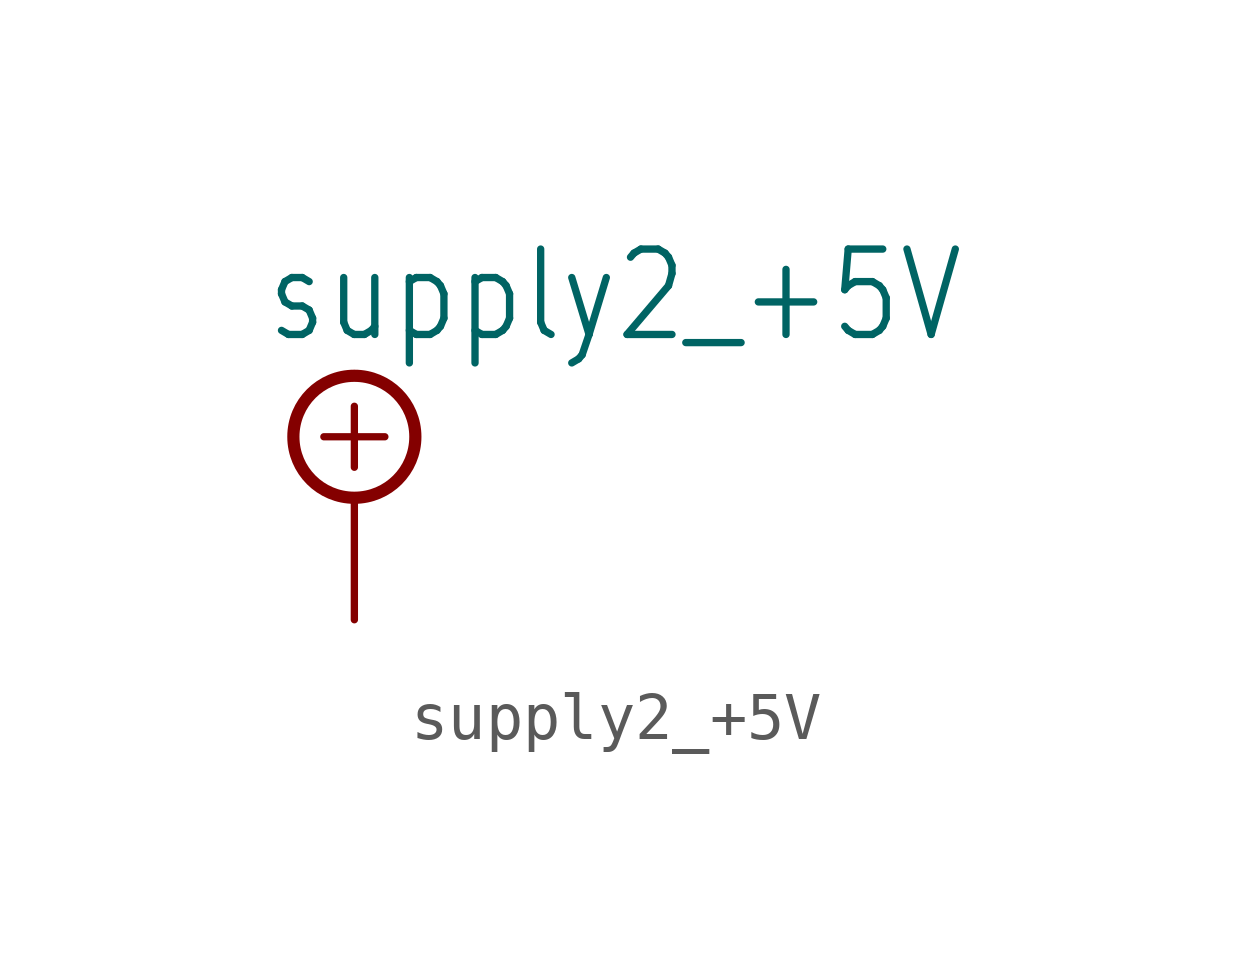
<source format=kicad_sym>
(kicad_symbol_lib
  (version 20220914)
  (generator kicad_symbol_editor)
  (symbol "supply2_+5V"
    (power)
    (property "Reference" "#SUPPLY"
      (at 0 0 0)
      (effects (font (size 1.27 1.27)) hide))
    (property "Value" "supply2_+5V"
      (at -1.905 3.175 0)
      (effects (font (size 1.778 1.511)) (justify left bottom)))
    (property "ki_locked" ""
      (at 0 0 0)
      (effects (font (size 1.27 1.27))))
    (symbol "supply2_+5V_1_0"
      (polyline (pts (xy -0.635 1.27) (xy 0.635 1.27)) (stroke (width 0.152) (type solid)) (fill (type none)))
      (polyline (pts (xy 0 0.635) (xy 0 1.905)) (stroke (width 0.152) (type solid)) (fill (type none)))
      (circle (center 0 1.27) (radius 1.27) (stroke (width 0.254) (type solid)) (fill (type none)))
      (pin power_in line (at 0 -2.54 90) (length 2.54) (name "+5V" (effects (font (size 0 0)))) (number "1" (effects (font (size 0 0))))))))
</source>
